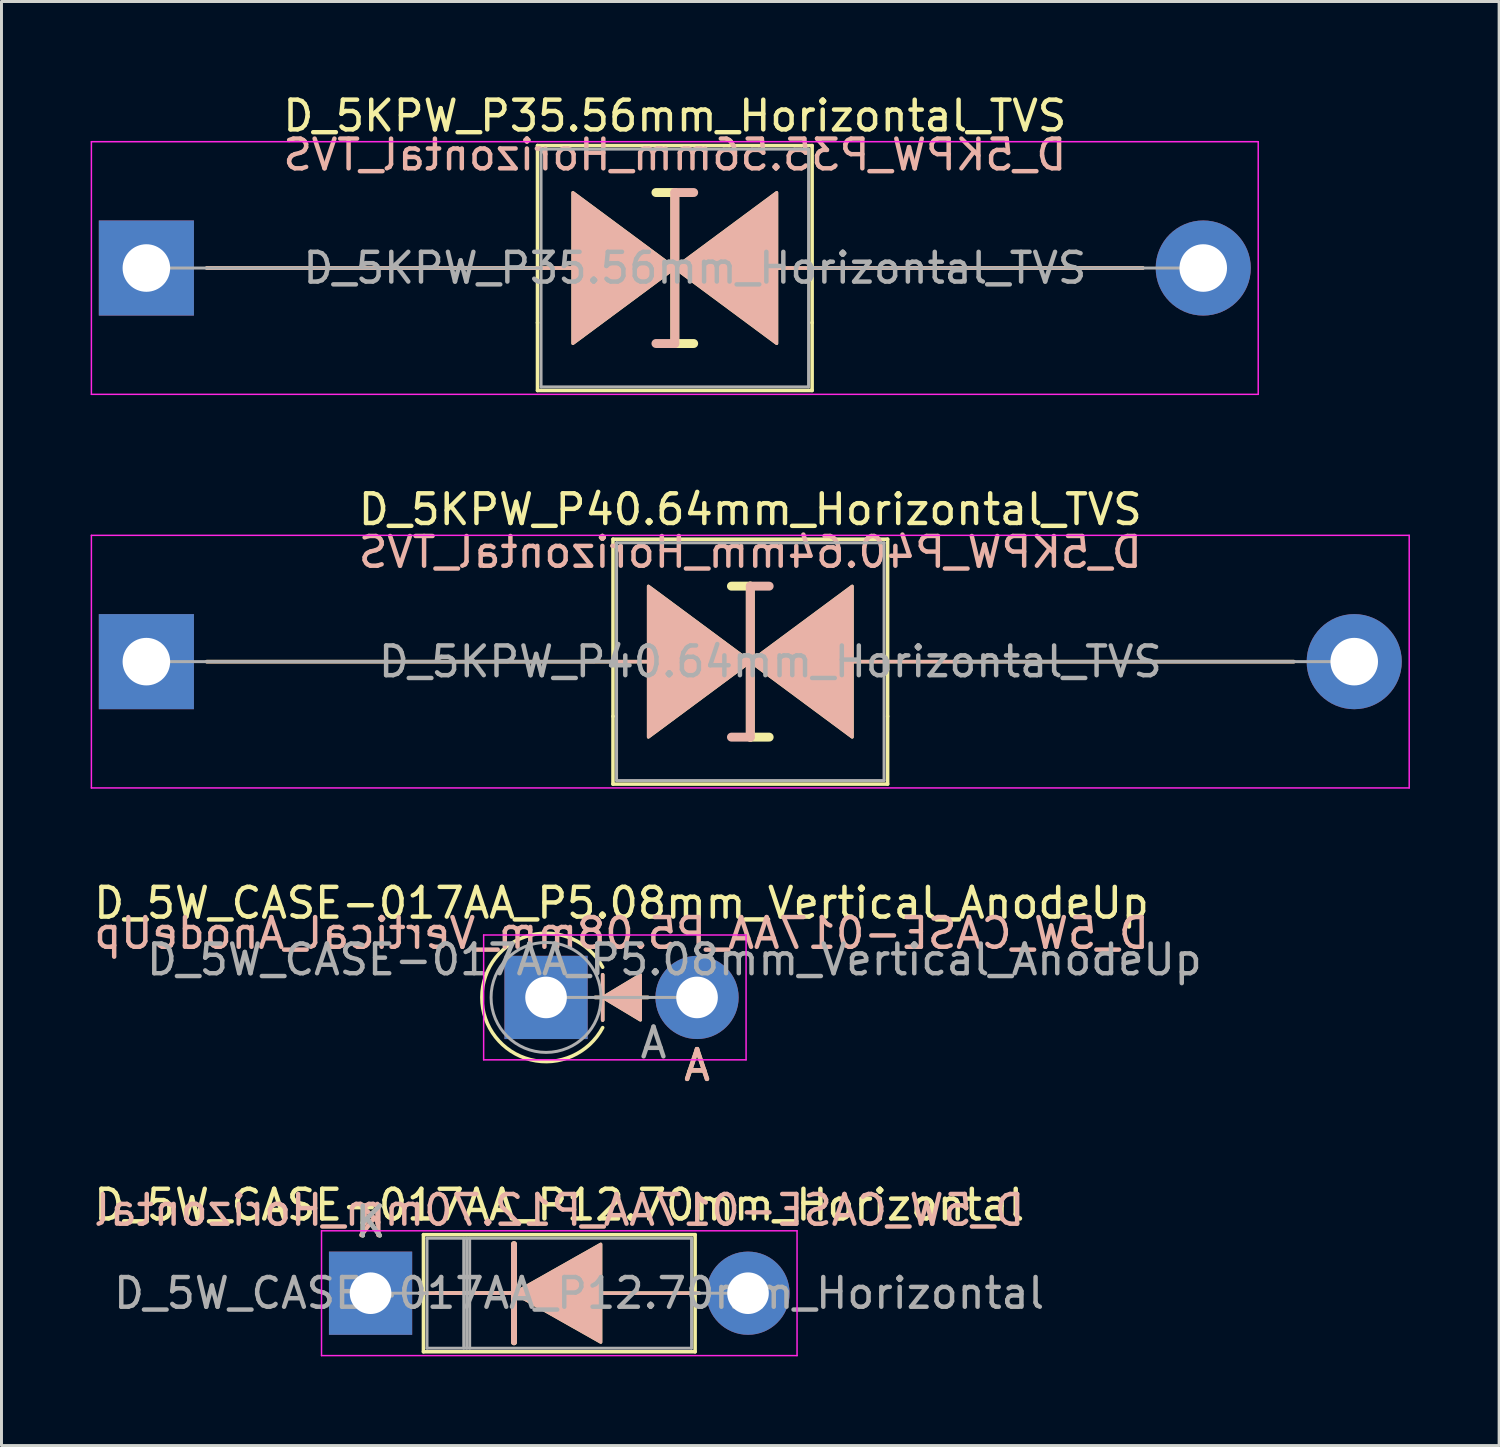
<source format=kicad_pcb>
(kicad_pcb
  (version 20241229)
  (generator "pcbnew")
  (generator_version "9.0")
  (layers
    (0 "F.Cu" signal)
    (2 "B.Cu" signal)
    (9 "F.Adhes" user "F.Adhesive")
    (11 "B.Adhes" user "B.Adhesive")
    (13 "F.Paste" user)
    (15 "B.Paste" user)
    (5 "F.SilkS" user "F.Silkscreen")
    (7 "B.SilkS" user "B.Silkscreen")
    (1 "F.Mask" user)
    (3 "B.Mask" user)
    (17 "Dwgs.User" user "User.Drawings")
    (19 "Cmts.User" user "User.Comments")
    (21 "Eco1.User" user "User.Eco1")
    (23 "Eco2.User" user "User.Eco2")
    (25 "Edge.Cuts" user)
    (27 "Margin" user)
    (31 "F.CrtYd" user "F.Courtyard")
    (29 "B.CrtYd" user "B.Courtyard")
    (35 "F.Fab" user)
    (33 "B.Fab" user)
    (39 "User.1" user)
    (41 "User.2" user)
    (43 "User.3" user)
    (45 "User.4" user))
  (footprint "D_5W_CASE-017AA_P5.08mm_Vertical_AnodeUp"
    (layer "F.Cu")
    (at 15.323 30.51)
    (property "Reference" "D_5W_CASE-017AA_P5.08mm_Vertical_AnodeUp" (at 2.54 -3.175 0) (layer "F.SilkS") (effects (font (size 1 1) (thickness 0.15))))
    (attr through_hole)
    (fp_line (start 1.651 0) (end 3.429 0) (stroke (width 0.12) (type solid)) (layer "F.SilkS"))
    (fp_line (start 1.905 -0.762) (end 1.905 0.762) (stroke (width 0.12) (type solid)) (layer "F.SilkS"))
    (fp_arc (start 1.904999 1.016) (mid -2.158999 0) (end 1.904999 -1.016) (stroke (width 0.12) (type solid)) (layer "F.SilkS"))
    (fp_poly (pts (xy 3.175 0.762) (xy 1.905 0) (xy 3.175 -0.762)) (stroke (width 0.1) (type solid)) (fill yes) (layer "F.SilkS"))
    (fp_line (start 1.651 0) (end 3.429 0) (stroke (width 0.12) (type solid)) (layer "B.SilkS"))
    (fp_line (start 1.905 0.762) (end 1.905 -0.762) (stroke (width 0.12) (type solid)) (layer "B.SilkS"))
    (fp_poly (pts (xy 3.175 -0.762) (xy 1.905 0) (xy 3.175 0.762)) (stroke (width 0.1) (type solid)) (fill yes) (layer "B.SilkS"))
    (fp_line (start -2.1 -2.1) (end -2.1 2.1) (stroke (width 0.05) (type solid)) (layer "F.CrtYd"))
    (fp_line (start -2.1 2.1) (end 6.73 2.1) (stroke (width 0.05) (type solid)) (layer "F.CrtYd"))
    (fp_line (start 6.73 -2.1) (end -2.1 -2.1) (stroke (width 0.05) (type solid)) (layer "F.CrtYd"))
    (fp_line (start 6.73 2.1) (end 6.73 -2.1) (stroke (width 0.05) (type solid)) (layer "F.CrtYd"))
    (fp_line (start 0 0) (end 5.08 0) (stroke (width 0.1) (type solid)) (layer "F.Fab"))
    (fp_circle (center 0 0) (end 1.85 0) (stroke (width 0.1) (type solid)) (fill no) (layer "F.Fab"))
    (fp_text user "A" (at 5.08 2.286 0) (layer "F.SilkS") (effects (font (size 1 1) (thickness 0.15))))
    (fp_text user "${REFERENCE}" (at 2.54 -2.159 0) (layer "B.SilkS") (effects (font (size 1 1) (thickness 0.15)) (justify mirror)))
    (fp_text user "A" (at 5.08 2.286 0) (layer "B.SilkS") (effects (font (size 1 1) (thickness 0.15)) (justify mirror)))
    (fp_text user "A" (at 3.615 1.527 0) (layer "F.Fab") (effects (font (size 1 1) (thickness 0.15))))
    (fp_text user "${REFERENCE}" (at 4.318 -1.27 0) (layer "F.Fab") (effects (font (size 1 1) (thickness 0.15))))
    (pad "1" thru_hole rect (at 0 0) (size 2.8 2.8) (drill 1.4) (layers "*.Cu" "*.Mask"))
    (pad "2" thru_hole oval (at 5.08 0) (size 2.8 2.8) (drill 1.4) (layers "*.Cu" "*.Mask")))
  (footprint "D_5KPW_P40.64mm_Horizontal_TVS"
    (layer "F.Cu")
    (at 1.875 19.212)
    (property "Reference" "D_5KPW_P40.64mm_Horizontal_TVS" (at 20.32 -5.12 0) (layer "F.SilkS") (effects (font (size 1 1) (thickness 0.15))))
    (fp_line (start 15.7 -4.12) (end 24.94 -4.12) (stroke (width 0.12) (type solid)) (layer "F.SilkS"))
    (fp_line (start 15.7 1.84) (end 15.7 -4.12) (stroke (width 0.12) (type solid)) (layer "F.SilkS"))
    (fp_line (start 15.7 1.84) (end 15.7 4.12) (stroke (width 0.12) (type solid)) (layer "F.SilkS"))
    (fp_line (start 15.7 4.12) (end 24.94 4.12) (stroke (width 0.12) (type solid)) (layer "F.SilkS"))
    (fp_line (start 16.891 0) (end 2.032 0) (stroke (width 0.12) (type solid)) (layer "F.SilkS"))
    (fp_line (start 20.32 -2.54) (end 19.685 -2.54) (stroke (width 0.3) (type solid)) (layer "F.SilkS"))
    (fp_line (start 20.32 2.54) (end 20.32 -2.54) (stroke (width 0.3) (type solid)) (layer "F.SilkS"))
    (fp_line (start 20.955 2.54) (end 20.32 2.54) (stroke (width 0.3) (type solid)) (layer "F.SilkS"))
    (fp_line (start 24.94 -4.12) (end 24.94 1.84) (stroke (width 0.12) (type solid)) (layer "F.SilkS"))
    (fp_line (start 24.94 4.12) (end 24.94 1.84) (stroke (width 0.12) (type solid)) (layer "F.SilkS"))
    (fp_line (start 38.608 0) (end 23.749 0) (stroke (width 0.12) (type solid)) (layer "F.SilkS"))
    (fp_poly (pts (xy 20.32 0) (xy 16.891 2.54) (xy 16.891 -2.54)) (stroke (width 0.1) (type solid)) (fill yes) (layer "F.SilkS"))
    (fp_poly (pts (xy 20.32 0) (xy 23.749 -2.54) (xy 23.749 2.54)) (stroke (width 0.1) (type solid)) (fill yes) (layer "F.SilkS"))
    (fp_line (start 16.891 0) (end 2.032 0) (stroke (width 0.12) (type solid)) (layer "B.SilkS"))
    (fp_line (start 20.32 -2.54) (end 20.32 2.54) (stroke (width 0.3) (type solid)) (layer "B.SilkS"))
    (fp_line (start 20.32 2.54) (end 19.685 2.54) (stroke (width 0.3) (type solid)) (layer "B.SilkS"))
    (fp_line (start 20.955 -2.54) (end 20.32 -2.54) (stroke (width 0.3) (type solid)) (layer "B.SilkS"))
    (fp_line (start 38.608 0) (end 23.749 0) (stroke (width 0.12) (type solid)) (layer "B.SilkS"))
    (fp_poly (pts (xy 20.32 0) (xy 16.891 -2.54) (xy 16.891 2.54)) (stroke (width 0.1) (type solid)) (fill yes) (layer "B.SilkS"))
    (fp_poly (pts (xy 20.32 0) (xy 23.749 2.54) (xy 23.749 -2.54)) (stroke (width 0.1) (type solid)) (fill yes) (layer "B.SilkS"))
    (fp_line (start -1.85 -4.25) (end -1.85 4.25) (stroke (width 0.05) (type solid)) (layer "F.CrtYd"))
    (fp_line (start -1.85 4.25) (end 42.49 4.25) (stroke (width 0.05) (type solid)) (layer "F.CrtYd"))
    (fp_line (start 42.49 -4.25) (end -1.85 -4.25) (stroke (width 0.05) (type solid)) (layer "F.CrtYd"))
    (fp_line (start 42.49 4.25) (end 42.49 -4.25) (stroke (width 0.05) (type solid)) (layer "F.CrtYd"))
    (fp_line (start 0 0) (end 15.82 0) (stroke (width 0.1) (type solid)) (layer "F.Fab"))
    (fp_line (start 15.82 -4) (end 15.82 4) (stroke (width 0.1) (type solid)) (layer "F.Fab"))
    (fp_line (start 15.82 4) (end 24.82 4) (stroke (width 0.1) (type solid)) (layer "F.Fab"))
    (fp_line (start 24.82 -4) (end 15.82 -4) (stroke (width 0.1) (type solid)) (layer "F.Fab"))
    (fp_line (start 24.82 4) (end 24.82 -4) (stroke (width 0.1) (type solid)) (layer "F.Fab"))
    (fp_line (start 40.64 0) (end 27.36 0) (stroke (width 0.1) (type solid)) (layer "F.Fab"))
    (fp_text user "${REFERENCE}" (at 20.32 -3.683 0) (layer "B.SilkS") (effects (font (size 1 1) (thickness 0.15)) (justify mirror)))
    (fp_text user "${REFERENCE}" (at 20.995 0 0) (layer "F.Fab") (effects (font (size 1 1) (thickness 0.15))))
    (pad "1" thru_hole rect (at 0 0) (size 3.2 3.2) (drill 1.6) (layers "*.Cu" "*.Mask"))
    (pad "2" thru_hole oval (at 40.64 0) (size 3.2 3.2) (drill 1.6) (layers "*.Cu" "*.Mask")))
  (footprint "D_5KPW_P35.56mm_Horizontal_TVS"
    (layer "F.Cu")
    (at 1.875 5.968)
    (property "Reference" "D_5KPW_P35.56mm_Horizontal_TVS" (at 17.78 -5.12 0) (layer "F.SilkS") (effects (font (size 1 1) (thickness 0.15))))
    (fp_line (start 13.16 -4.12) (end 22.4 -4.12) (stroke (width 0.12) (type solid)) (layer "F.SilkS"))
    (fp_line (start 13.16 1.84) (end 13.16 -4.12) (stroke (width 0.12) (type solid)) (layer "F.SilkS"))
    (fp_line (start 13.16 1.84) (end 13.16 4.12) (stroke (width 0.12) (type solid)) (layer "F.SilkS"))
    (fp_line (start 13.16 4.12) (end 22.4 4.12) (stroke (width 0.12) (type solid)) (layer "F.SilkS"))
    (fp_line (start 14.351 0) (end 2.032 0) (stroke (width 0.12) (type solid)) (layer "F.SilkS"))
    (fp_line (start 17.78 -2.54) (end 17.145 -2.54) (stroke (width 0.3) (type solid)) (layer "F.SilkS"))
    (fp_line (start 17.78 2.54) (end 17.78 -2.54) (stroke (width 0.3) (type solid)) (layer "F.SilkS"))
    (fp_line (start 18.415 2.54) (end 17.78 2.54) (stroke (width 0.3) (type solid)) (layer "F.SilkS"))
    (fp_line (start 22.4 -4.12) (end 22.4 1.84) (stroke (width 0.12) (type solid)) (layer "F.SilkS"))
    (fp_line (start 22.4 4.12) (end 22.4 1.84) (stroke (width 0.12) (type solid)) (layer "F.SilkS"))
    (fp_line (start 33.528 0) (end 21.209 0) (stroke (width 0.12) (type solid)) (layer "F.SilkS"))
    (fp_poly (pts (xy 17.78 0) (xy 14.351 2.54) (xy 14.351 -2.54)) (stroke (width 0.1) (type solid)) (fill yes) (layer "F.SilkS"))
    (fp_poly (pts (xy 17.78 0) (xy 21.209 -2.54) (xy 21.209 2.54)) (stroke (width 0.1) (type solid)) (fill yes) (layer "F.SilkS"))
    (fp_line (start 14.351 0) (end 2.032 0) (stroke (width 0.12) (type solid)) (layer "B.SilkS"))
    (fp_line (start 17.78 -2.54) (end 17.78 2.54) (stroke (width 0.3) (type solid)) (layer "B.SilkS"))
    (fp_line (start 17.78 2.54) (end 17.145 2.54) (stroke (width 0.3) (type solid)) (layer "B.SilkS"))
    (fp_line (start 18.415 -2.54) (end 17.78 -2.54) (stroke (width 0.3) (type solid)) (layer "B.SilkS"))
    (fp_line (start 33.528 0) (end 21.209 0) (stroke (width 0.12) (type solid)) (layer "B.SilkS"))
    (fp_poly (pts (xy 17.78 0) (xy 14.351 -2.54) (xy 14.351 2.54)) (stroke (width 0.1) (type solid)) (fill yes) (layer "B.SilkS"))
    (fp_poly (pts (xy 17.78 0) (xy 21.209 2.54) (xy 21.209 -2.54)) (stroke (width 0.1) (type solid)) (fill yes) (layer "B.SilkS"))
    (fp_line (start -1.85 -4.25) (end -1.85 4.25) (stroke (width 0.05) (type solid)) (layer "F.CrtYd"))
    (fp_line (start -1.85 4.25) (end 37.41 4.25) (stroke (width 0.05) (type solid)) (layer "F.CrtYd"))
    (fp_line (start 37.41 -4.25) (end -1.85 -4.25) (stroke (width 0.05) (type solid)) (layer "F.CrtYd"))
    (fp_line (start 37.41 4.25) (end 37.41 -4.25) (stroke (width 0.05) (type solid)) (layer "F.CrtYd"))
    (fp_line (start 0 0) (end 13.28 0) (stroke (width 0.1) (type solid)) (layer "F.Fab"))
    (fp_line (start 13.28 -4) (end 13.28 4) (stroke (width 0.1) (type solid)) (layer "F.Fab"))
    (fp_line (start 13.28 4) (end 22.28 4) (stroke (width 0.1) (type solid)) (layer "F.Fab"))
    (fp_line (start 22.28 -4) (end 13.28 -4) (stroke (width 0.1) (type solid)) (layer "F.Fab"))
    (fp_line (start 22.28 4) (end 22.28 -4) (stroke (width 0.1) (type solid)) (layer "F.Fab"))
    (fp_line (start 35.56 0) (end 22.28 0) (stroke (width 0.1) (type solid)) (layer "F.Fab"))
    (fp_text user "${REFERENCE}" (at 17.78 -3.81 0) (layer "B.SilkS") (effects (font (size 1 1) (thickness 0.15)) (justify mirror)))
    (fp_text user "${REFERENCE}" (at 18.455 0 0) (layer "F.Fab") (effects (font (size 1 1) (thickness 0.15))))
    (pad "1" thru_hole rect (at 0 0) (size 3.2 3.2) (drill 1.6) (layers "*.Cu" "*.Mask"))
    (pad "2" thru_hole oval (at 35.56 0) (size 3.2 3.2) (drill 1.6) (layers "*.Cu" "*.Mask")))
  (footprint "D_5W_CASE-017AA_P12.70mm_Horizontal"
    (layer "F.Cu")
    (at 9.418 40.462)
    (property "Reference" "D_5W_CASE-017AA_P12.70mm_Horizontal" (at 6.35 -2.97 0) (layer "F.SilkS") (effects (font (size 1 1) (thickness 0.15))))
    (fp_line (start 1.64 0) (end 1.78 0) (stroke (width 0.12) (type solid)) (layer "F.SilkS"))
    (fp_line (start 1.78 -1.97) (end 1.78 1.97) (stroke (width 0.12) (type solid)) (layer "F.SilkS"))
    (fp_line (start 1.78 0) (end 4.826 0) (stroke (width 0.12) (type solid)) (layer "F.SilkS"))
    (fp_line (start 1.78 1.97) (end 10.92 1.97) (stroke (width 0.12) (type solid)) (layer "F.SilkS"))
    (fp_line (start 4.699 0) (end 2.2 0) (stroke (width 0.12) (type solid)) (layer "F.SilkS"))
    (fp_line (start 4.826 -1.651) (end 4.826 1.651) (stroke (width 0.2) (type solid)) (layer "F.SilkS"))
    (fp_line (start 10.92 -1.97) (end 1.78 -1.97) (stroke (width 0.12) (type solid)) (layer "F.SilkS"))
    (fp_line (start 10.92 0) (end 7.62 0) (stroke (width 0.12) (type solid)) (layer "F.SilkS"))
    (fp_line (start 10.92 1.97) (end 10.92 -1.97) (stroke (width 0.12) (type solid)) (layer "F.SilkS"))
    (fp_line (start 11.06 0) (end 10.92 0) (stroke (width 0.12) (type solid)) (layer "F.SilkS"))
    (fp_poly (pts (xy 7.747 1.651) (xy 4.826 0) (xy 7.747 -1.651)) (stroke (width 0.1) (type solid)) (fill yes) (layer "F.SilkS"))
    (fp_line (start 1.64 0) (end 1.78 0) (stroke (width 0.12) (type solid)) (layer "B.SilkS"))
    (fp_line (start 1.78 0) (end 4.826 0) (stroke (width 0.12) (type solid)) (layer "B.SilkS"))
    (fp_line (start 4.699 0) (end 2.2 0) (stroke (width 0.12) (type solid)) (layer "B.SilkS"))
    (fp_line (start 4.826 1.651) (end 4.826 -1.651) (stroke (width 0.2) (type solid)) (layer "B.SilkS"))
    (fp_line (start 10.92 0) (end 7.62 0) (stroke (width 0.12) (type solid)) (layer "B.SilkS"))
    (fp_line (start 11.06 0) (end 10.92 0) (stroke (width 0.12) (type solid)) (layer "B.SilkS"))
    (fp_poly (pts (xy 7.747 -1.651) (xy 4.826 0) (xy 7.747 1.651)) (stroke (width 0.1) (type solid)) (fill yes) (layer "B.SilkS"))
    (fp_line (start -1.65 -2.1) (end -1.65 2.1) (stroke (width 0.05) (type solid)) (layer "F.CrtYd"))
    (fp_line (start -1.65 2.1) (end 14.35 2.1) (stroke (width 0.05) (type solid)) (layer "F.CrtYd"))
    (fp_line (start 14.35 -2.1) (end -1.65 -2.1) (stroke (width 0.05) (type solid)) (layer "F.CrtYd"))
    (fp_line (start 14.35 2.1) (end 14.35 -2.1) (stroke (width 0.05) (type solid)) (layer "F.CrtYd"))
    (fp_line (start 0 0) (end 1.9 0) (stroke (width 0.1) (type solid)) (layer "F.Fab"))
    (fp_line (start 1.9 -1.85) (end 1.9 1.85) (stroke (width 0.1) (type solid)) (layer "F.Fab"))
    (fp_line (start 1.9 1.85) (end 10.8 1.85) (stroke (width 0.1) (type solid)) (layer "F.Fab"))
    (fp_line (start 3.135 -1.85) (end 3.135 1.85) (stroke (width 0.1) (type solid)) (layer "F.Fab"))
    (fp_line (start 3.235 -1.85) (end 3.235 1.85) (stroke (width 0.1) (type solid)) (layer "F.Fab"))
    (fp_line (start 3.335 -1.85) (end 3.335 1.85) (stroke (width 0.1) (type solid)) (layer "F.Fab"))
    (fp_line (start 10.8 -1.85) (end 1.9 -1.85) (stroke (width 0.1) (type solid)) (layer "F.Fab"))
    (fp_line (start 10.8 1.85) (end 10.8 -1.85) (stroke (width 0.1) (type solid)) (layer "F.Fab"))
    (fp_line (start 12.7 0) (end 10.8 0) (stroke (width 0.1) (type solid)) (layer "F.Fab"))
    (fp_text user "K" (at 0 -2.4 0) (layer "F.SilkS") (effects (font (size 1 1) (thickness 0.15))))
    (fp_text user "${REFERENCE}" (at 6.35 -2.794 0) (layer "B.SilkS") (effects (font (size 1 1) (thickness 0.15)) (justify mirror)))
    (fp_text user "K" (at 0 -2.413 0) (layer "B.SilkS") (effects (font (size 1 1) (thickness 0.15)) (justify mirror)))
    (fp_text user "K" (at 0 -2.4 0) (layer "F.Fab") (effects (font (size 1 1) (thickness 0.15))))
    (fp_text user "${REFERENCE}" (at 7.018 0 0) (layer "F.Fab") (effects (font (size 1 1) (thickness 0.15))))
    (pad "1" thru_hole rect (at 0 0) (size 2.8 2.8) (drill 1.4) (layers "*.Cu" "*.Mask"))
    (pad "2" thru_hole oval (at 12.7 0) (size 2.8 2.8) (drill 1.4) (layers "*.Cu" "*.Mask")))
  (gr_rect
    (start -3 -3)
    (end 47.39 45.587)
    (stroke (width 0.1) (type default))
    (fill no)
    (layer "Edge.Cuts")))
</source>
